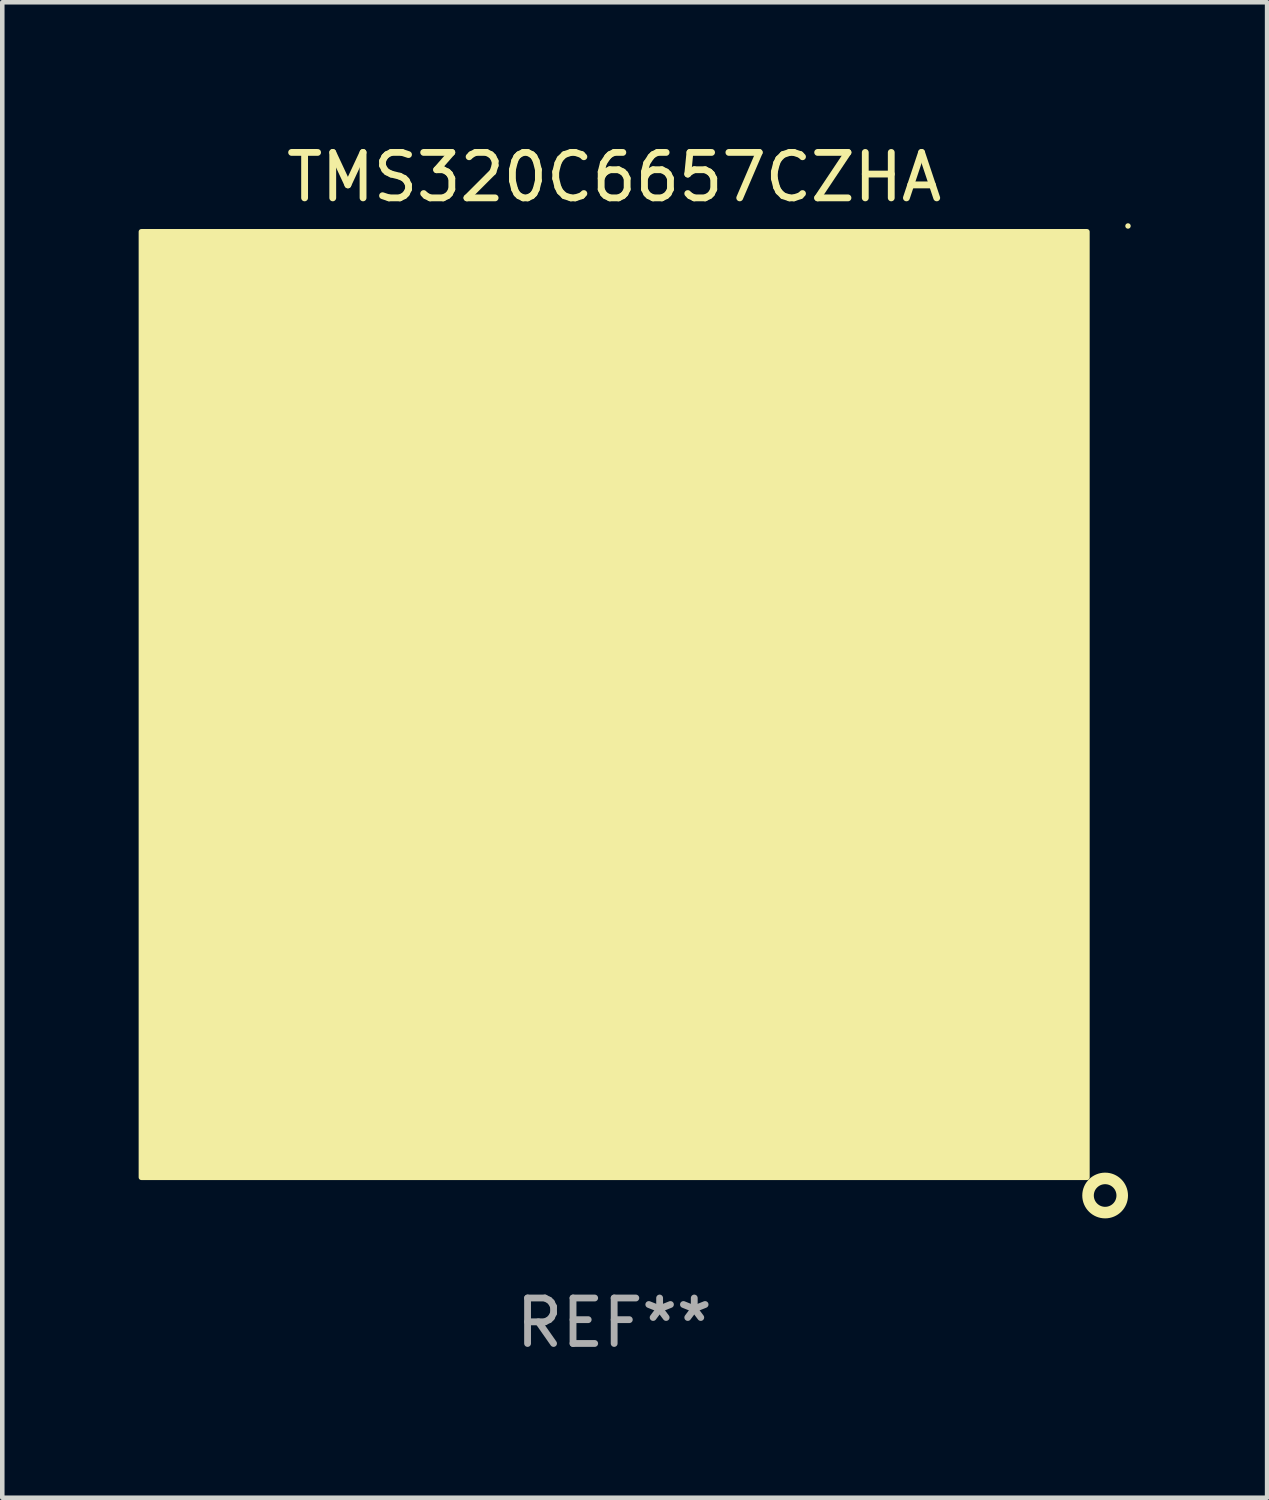
<source format=kicad_pcb>
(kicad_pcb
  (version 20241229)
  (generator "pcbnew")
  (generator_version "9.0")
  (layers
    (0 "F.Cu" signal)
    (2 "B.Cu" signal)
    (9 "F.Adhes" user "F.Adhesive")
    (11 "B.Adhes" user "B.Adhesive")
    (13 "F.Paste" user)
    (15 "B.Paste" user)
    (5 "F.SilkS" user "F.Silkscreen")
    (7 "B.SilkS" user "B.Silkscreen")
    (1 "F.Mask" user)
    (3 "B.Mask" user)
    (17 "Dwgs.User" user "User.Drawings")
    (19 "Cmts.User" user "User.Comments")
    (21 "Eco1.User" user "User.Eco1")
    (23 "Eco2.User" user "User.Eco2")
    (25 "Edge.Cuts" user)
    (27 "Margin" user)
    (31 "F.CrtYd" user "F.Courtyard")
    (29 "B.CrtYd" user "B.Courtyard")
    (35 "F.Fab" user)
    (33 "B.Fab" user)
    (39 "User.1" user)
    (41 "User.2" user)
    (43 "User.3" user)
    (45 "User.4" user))
  (footprint "TMS320C6657CZHA"
    (layer "F.Cu")
    (at 10.46 12.448)
    (property "Reference" "TMS320C6657CZHA" (at 0 -11.6 0) (layer "F.SilkS") (effects (font (size 1 1) (thickness 0.15))))
    (attr through_hole)
    (fp_circle (center 10.8 10.8) (end 11.176 10.8) (stroke (width 0.254) (type solid)) (fill no) (layer "F.SilkS"))
    (fp_circle (center 11.303 -10.527) (end 11.333 -10.527) (stroke (width 0.06) (type solid)) (fill no) (layer "F.SilkS"))
    (fp_poly (pts (xy -10.4 -10.4) (xy 10.4 -10.4) (xy 10.4 10.4) (xy -10.4 10.4)) (stroke (width 0.12) (type solid)) (fill yes) (layer "F.SilkS"))
    (fp_text user "REF**" (at 0 13.6 0) (layer "F.Fab") (effects (font (size 1 1) (thickness 0.15))))
    (pad "A1" smd circle (at 9.6 9.6) (size 0.5 0.5) (layers "F.Cu" "F.Mask" "F.Paste"))
    (pad "A2" smd circle (at 8.8 9.6) (size 0.5 0.5) (layers "F.Cu" "F.Mask" "F.Paste"))
    (pad "A3" smd circle (at 8 9.6) (size 0.5 0.5) (layers "F.Cu" "F.Mask" "F.Paste"))
    (pad "A4" smd circle (at 7.2 9.6) (size 0.5 0.5) (layers "F.Cu" "F.Mask" "F.Paste"))
    (pad "A5" smd circle (at 6.4 9.6) (size 0.5 0.5) (layers "F.Cu" "F.Mask" "F.Paste"))
    (pad "A6" smd circle (at 5.6 9.6) (size 0.5 0.5) (layers "F.Cu" "F.Mask" "F.Paste"))
    (pad "A7" smd circle (at 4.8 9.6) (size 0.5 0.5) (layers "F.Cu" "F.Mask" "F.Paste"))
    (pad "A8" smd circle (at 4 9.6) (size 0.5 0.5) (layers "F.Cu" "F.Mask" "F.Paste"))
    (pad "A9" smd circle (at 3.2 9.6) (size 0.5 0.5) (layers "F.Cu" "F.Mask" "F.Paste"))
    (pad "A10" smd circle (at 2.4 9.6) (size 0.5 0.5) (layers "F.Cu" "F.Mask" "F.Paste"))
    (pad "A11" smd circle (at 1.6 9.6) (size 0.5 0.5) (layers "F.Cu" "F.Mask" "F.Paste"))
    (pad "A12" smd circle (at 0.8 9.6) (size 0.5 0.5) (layers "F.Cu" "F.Mask" "F.Paste"))
    (pad "A13" smd circle (at 0 9.6) (size 0.5 0.5) (layers "F.Cu" "F.Mask" "F.Paste"))
    (pad "A14" smd circle (at -0.8 9.6) (size 0.5 0.5) (layers "F.Cu" "F.Mask" "F.Paste"))
    (pad "A15" smd circle (at -1.6 9.6) (size 0.5 0.5) (layers "F.Cu" "F.Mask" "F.Paste"))
    (pad "A16" smd circle (at -2.4 9.6) (size 0.5 0.5) (layers "F.Cu" "F.Mask" "F.Paste"))
    (pad "A17" smd circle (at -3.2 9.6) (size 0.5 0.5) (layers "F.Cu" "F.Mask" "F.Paste"))
    (pad "A18" smd circle (at -4 9.6) (size 0.5 0.5) (layers "F.Cu" "F.Mask" "F.Paste"))
    (pad "A19" smd circle (at -4.8 9.6) (size 0.5 0.5) (layers "F.Cu" "F.Mask" "F.Paste"))
    (pad "A20" smd circle (at -5.6 9.6) (size 0.5 0.5) (layers "F.Cu" "F.Mask" "F.Paste"))
    (pad "A21" smd circle (at -6.4 9.6) (size 0.5 0.5) (layers "F.Cu" "F.Mask" "F.Paste"))
    (pad "A22" smd circle (at -7.2 9.6) (size 0.5 0.5) (layers "F.Cu" "F.Mask" "F.Paste"))
    (pad "A23" smd circle (at -8 9.6) (size 0.5 0.5) (layers "F.Cu" "F.Mask" "F.Paste"))
    (pad "A24" smd circle (at -8.8 9.6) (size 0.5 0.5) (layers "F.Cu" "F.Mask" "F.Paste"))
    (pad "A25" smd circle (at -9.6 9.6) (size 0.5 0.5) (layers "F.Cu" "F.Mask" "F.Paste"))
    (pad "AA1" smd circle (at 9.6 -6.4) (size 0.5 0.5) (layers "F.Cu" "F.Mask" "F.Paste"))
    (pad "AA2" smd circle (at 8.8 -6.4) (size 0.5 0.5) (layers "F.Cu" "F.Mask" "F.Paste"))
    (pad "AA3" smd circle (at 8 -6.4) (size 0.5 0.5) (layers "F.Cu" "F.Mask" "F.Paste"))
    (pad "AA4" smd circle (at 7.2 -6.4) (size 0.5 0.5) (layers "F.Cu" "F.Mask" "F.Paste"))
    (pad "AA5" smd circle (at 6.4 -6.4) (size 0.5 0.5) (layers "F.Cu" "F.Mask" "F.Paste"))
    (pad "AA6" smd circle (at 5.6 -6.4) (size 0.5 0.5) (layers "F.Cu" "F.Mask" "F.Paste"))
    (pad "AA7" smd circle (at 4.8 -6.4) (size 0.5 0.5) (layers "F.Cu" "F.Mask" "F.Paste"))
    (pad "AA8" smd circle (at 4 -6.4) (size 0.5 0.5) (layers "F.Cu" "F.Mask" "F.Paste"))
    (pad "AA9" smd circle (at 3.2 -6.4) (size 0.5 0.5) (layers "F.Cu" "F.Mask" "F.Paste"))
    (pad "AA10" smd circle (at 2.4 -6.4) (size 0.5 0.5) (layers "F.Cu" "F.Mask" "F.Paste"))
    (pad "AA11" smd circle (at 1.6 -6.4) (size 0.5 0.5) (layers "F.Cu" "F.Mask" "F.Paste"))
    (pad "AA12" smd circle (at 0.8 -6.4) (size 0.5 0.5) (layers "F.Cu" "F.Mask" "F.Paste"))
    (pad "AA13" smd circle (at 0 -6.4) (size 0.5 0.5) (layers "F.Cu" "F.Mask" "F.Paste"))
    (pad "AA14" smd circle (at -0.8 -6.4) (size 0.5 0.5) (layers "F.Cu" "F.Mask" "F.Paste"))
    (pad "AA15" smd circle (at -1.6 -6.4) (size 0.5 0.5) (layers "F.Cu" "F.Mask" "F.Paste"))
    (pad "AA16" smd circle (at -2.4 -6.4) (size 0.5 0.5) (layers "F.Cu" "F.Mask" "F.Paste"))
    (pad "AA17" smd circle (at -3.2 -6.4) (size 0.5 0.5) (layers "F.Cu" "F.Mask" "F.Paste"))
    (pad "AA18" smd circle (at -4 -6.4) (size 0.5 0.5) (layers "F.Cu" "F.Mask" "F.Paste"))
    (pad "AA19" smd circle (at -4.8 -6.4) (size 0.5 0.5) (layers "F.Cu" "F.Mask" "F.Paste"))
    (pad "AA20" smd circle (at -5.6 -6.4) (size 0.5 0.5) (layers "F.Cu" "F.Mask" "F.Paste"))
    (pad "AA21" smd circle (at -6.4 -6.4) (size 0.5 0.5) (layers "F.Cu" "F.Mask" "F.Paste"))
    (pad "AA22" smd circle (at -7.2 -6.4) (size 0.5 0.5) (layers "F.Cu" "F.Mask" "F.Paste"))
    (pad "AA23" smd circle (at -8 -6.4) (size 0.5 0.5) (layers "F.Cu" "F.Mask" "F.Paste"))
    (pad "AA24" smd circle (at -8.8 -6.4) (size 0.5 0.5) (layers "F.Cu" "F.Mask" "F.Paste"))
    (pad "AA25" smd circle (at -9.6 -6.4) (size 0.5 0.5) (layers "F.Cu" "F.Mask" "F.Paste"))
    (pad "AB1" smd circle (at 9.6 -7.2) (size 0.5 0.5) (layers "F.Cu" "F.Mask" "F.Paste"))
    (pad "AB2" smd circle (at 8.8 -7.2) (size 0.5 0.5) (layers "F.Cu" "F.Mask" "F.Paste"))
    (pad "AB3" smd circle (at 8 -7.2) (size 0.5 0.5) (layers "F.Cu" "F.Mask" "F.Paste"))
    (pad "AB4" smd circle (at 7.2 -7.2) (size 0.5 0.5) (layers "F.Cu" "F.Mask" "F.Paste"))
    (pad "AB5" smd circle (at 6.4 -7.2) (size 0.5 0.5) (layers "F.Cu" "F.Mask" "F.Paste"))
    (pad "AB6" smd circle (at 5.6 -7.2) (size 0.5 0.5) (layers "F.Cu" "F.Mask" "F.Paste"))
    (pad "AB7" smd circle (at 4.8 -7.2) (size 0.5 0.5) (layers "F.Cu" "F.Mask" "F.Paste"))
    (pad "AB8" smd circle (at 4 -7.2) (size 0.5 0.5) (layers "F.Cu" "F.Mask" "F.Paste"))
    (pad "AB9" smd circle (at 3.2 -7.2) (size 0.5 0.5) (layers "F.Cu" "F.Mask" "F.Paste"))
    (pad "AB10" smd circle (at 2.4 -7.2) (size 0.5 0.5) (layers "F.Cu" "F.Mask" "F.Paste"))
    (pad "AB11" smd circle (at 1.6 -7.2) (size 0.5 0.5) (layers "F.Cu" "F.Mask" "F.Paste"))
    (pad "AB12" smd circle (at 0.8 -7.2) (size 0.5 0.5) (layers "F.Cu" "F.Mask" "F.Paste"))
    (pad "AB13" smd circle (at 0 -7.2) (size 0.5 0.5) (layers "F.Cu" "F.Mask" "F.Paste"))
    (pad "AB14" smd circle (at -0.8 -7.2) (size 0.5 0.5) (layers "F.Cu" "F.Mask" "F.Paste"))
    (pad "AB15" smd circle (at -1.6 -7.2) (size 0.5 0.5) (layers "F.Cu" "F.Mask" "F.Paste"))
    (pad "AB16" smd circle (at -2.4 -7.2) (size 0.5 0.5) (layers "F.Cu" "F.Mask" "F.Paste"))
    (pad "AB17" smd circle (at -3.2 -7.2) (size 0.5 0.5) (layers "F.Cu" "F.Mask" "F.Paste"))
    (pad "AB18" smd circle (at -4 -7.2) (size 0.5 0.5) (layers "F.Cu" "F.Mask" "F.Paste"))
    (pad "AB19" smd circle (at -4.8 -7.2) (size 0.5 0.5) (layers "F.Cu" "F.Mask" "F.Paste"))
    (pad "AB20" smd circle (at -5.6 -7.2) (size 0.5 0.5) (layers "F.Cu" "F.Mask" "F.Paste"))
    (pad "AB21" smd circle (at -6.4 -7.2) (size 0.5 0.5) (layers "F.Cu" "F.Mask" "F.Paste"))
    (pad "AB22" smd circle (at -7.2 -7.2) (size 0.5 0.5) (layers "F.Cu" "F.Mask" "F.Paste"))
    (pad "AB23" smd circle (at -8 -7.2) (size 0.5 0.5) (layers "F.Cu" "F.Mask" "F.Paste"))
    (pad "AB24" smd circle (at -8.8 -7.2) (size 0.5 0.5) (layers "F.Cu" "F.Mask" "F.Paste"))
    (pad "AB25" smd circle (at -9.6 -7.2) (size 0.5 0.5) (layers "F.Cu" "F.Mask" "F.Paste"))
    (pad "AC1" smd circle (at 9.6 -8) (size 0.5 0.5) (layers "F.Cu" "F.Mask" "F.Paste"))
    (pad "AC2" smd circle (at 8.8 -8) (size 0.5 0.5) (layers "F.Cu" "F.Mask" "F.Paste"))
    (pad "AC3" smd circle (at 8 -8) (size 0.5 0.5) (layers "F.Cu" "F.Mask" "F.Paste"))
    (pad "AC4" smd circle (at 7.2 -8) (size 0.5 0.5) (layers "F.Cu" "F.Mask" "F.Paste"))
    (pad "AC5" smd circle (at 6.4 -8) (size 0.5 0.5) (layers "F.Cu" "F.Mask" "F.Paste"))
    (pad "AC6" smd circle (at 5.6 -8) (size 0.5 0.5) (layers "F.Cu" "F.Mask" "F.Paste"))
    (pad "AC7" smd circle (at 4.8 -8) (size 0.5 0.5) (layers "F.Cu" "F.Mask" "F.Paste"))
    (pad "AC8" smd circle (at 4 -8) (size 0.5 0.5) (layers "F.Cu" "F.Mask" "F.Paste"))
    (pad "AC9" smd circle (at 3.2 -8) (size 0.5 0.5) (layers "F.Cu" "F.Mask" "F.Paste"))
    (pad "AC10" smd circle (at 2.4 -8) (size 0.5 0.5) (layers "F.Cu" "F.Mask" "F.Paste"))
    (pad "AC11" smd circle (at 1.6 -8) (size 0.5 0.5) (layers "F.Cu" "F.Mask" "F.Paste"))
    (pad "AC12" smd circle (at 0.8 -8) (size 0.5 0.5) (layers "F.Cu" "F.Mask" "F.Paste"))
    (pad "AC13" smd circle (at 0 -8) (size 0.5 0.5) (layers "F.Cu" "F.Mask" "F.Paste"))
    (pad "AC14" smd circle (at -0.8 -8) (size 0.5 0.5) (layers "F.Cu" "F.Mask" "F.Paste"))
    (pad "AC15" smd circle (at -1.6 -8) (size 0.5 0.5) (layers "F.Cu" "F.Mask" "F.Paste"))
    (pad "AC16" smd circle (at -2.4 -8) (size 0.5 0.5) (layers "F.Cu" "F.Mask" "F.Paste"))
    (pad "AC17" smd circle (at -3.2 -8) (size 0.5 0.5) (layers "F.Cu" "F.Mask" "F.Paste"))
    (pad "AC18" smd circle (at -4 -8) (size 0.5 0.5) (layers "F.Cu" "F.Mask" "F.Paste"))
    (pad "AC19" smd circle (at -4.8 -8) (size 0.5 0.5) (layers "F.Cu" "F.Mask" "F.Paste"))
    (pad "AC20" smd circle (at -5.6 -8) (size 0.5 0.5) (layers "F.Cu" "F.Mask" "F.Paste"))
    (pad "AC21" smd circle (at -6.4 -8) (size 0.5 0.5) (layers "F.Cu" "F.Mask" "F.Paste"))
    (pad "AC22" smd circle (at -7.2 -8) (size 0.5 0.5) (layers "F.Cu" "F.Mask" "F.Paste"))
    (pad "AC23" smd circle (at -8 -8) (size 0.5 0.5) (layers "F.Cu" "F.Mask" "F.Paste"))
    (pad "AC24" smd circle (at -8.8 -8) (size 0.5 0.5) (layers "F.Cu" "F.Mask" "F.Paste"))
    (pad "AC25" smd circle (at -9.6 -8) (size 0.5 0.5) (layers "F.Cu" "F.Mask" "F.Paste"))
    (pad "AD1" smd circle (at 9.6 -8.8) (size 0.5 0.5) (layers "F.Cu" "F.Mask" "F.Paste"))
    (pad "AD2" smd circle (at 8.8 -8.8) (size 0.5 0.5) (layers "F.Cu" "F.Mask" "F.Paste"))
    (pad "AD3" smd circle (at 8 -8.8) (size 0.5 0.5) (layers "F.Cu" "F.Mask" "F.Paste"))
    (pad "AD4" smd circle (at 7.2 -8.8) (size 0.5 0.5) (layers "F.Cu" "F.Mask" "F.Paste"))
    (pad "AD5" smd circle (at 6.4 -8.8) (size 0.5 0.5) (layers "F.Cu" "F.Mask" "F.Paste"))
    (pad "AD6" smd circle (at 5.6 -8.8) (size 0.5 0.5) (layers "F.Cu" "F.Mask" "F.Paste"))
    (pad "AD7" smd circle (at 4.8 -8.8) (size 0.5 0.5) (layers "F.Cu" "F.Mask" "F.Paste"))
    (pad "AD8" smd circle (at 4 -8.8) (size 0.5 0.5) (layers "F.Cu" "F.Mask" "F.Paste"))
    (pad "AD9" smd circle (at 3.2 -8.8) (size 0.5 0.5) (layers "F.Cu" "F.Mask" "F.Paste"))
    (pad "AD10" smd circle (at 2.4 -8.8) (size 0.5 0.5) (layers "F.Cu" "F.Mask" "F.Paste"))
    (pad "AD11" smd circle (at 1.6 -8.8) (size 0.5 0.5) (layers "F.Cu" "F.Mask" "F.Paste"))
    (pad "AD12" smd circle (at 0.8 -8.8) (size 0.5 0.5) (layers "F.Cu" "F.Mask" "F.Paste"))
    (pad "AD13" smd circle (at 0 -8.8) (size 0.5 0.5) (layers "F.Cu" "F.Mask" "F.Paste"))
    (pad "AD14" smd circle (at -0.8 -8.8) (size 0.5 0.5) (layers "F.Cu" "F.Mask" "F.Paste"))
    (pad "AD15" smd circle (at -1.6 -8.8) (size 0.5 0.5) (layers "F.Cu" "F.Mask" "F.Paste"))
    (pad "AD16" smd circle (at -2.4 -8.8) (size 0.5 0.5) (layers "F.Cu" "F.Mask" "F.Paste"))
    (pad "AD17" smd circle (at -3.2 -8.8) (size 0.5 0.5) (layers "F.Cu" "F.Mask" "F.Paste"))
    (pad "AD18" smd circle (at -4 -8.8) (size 0.5 0.5) (layers "F.Cu" "F.Mask" "F.Paste"))
    (pad "AD19" smd circle (at -4.8 -8.8) (size 0.5 0.5) (layers "F.Cu" "F.Mask" "F.Paste"))
    (pad "AD20" smd circle (at -5.6 -8.8) (size 0.5 0.5) (layers "F.Cu" "F.Mask" "F.Paste"))
    (pad "AD21" smd circle (at -6.4 -8.8) (size 0.5 0.5) (layers "F.Cu" "F.Mask" "F.Paste"))
    (pad "AD22" smd circle (at -7.2 -8.8) (size 0.5 0.5) (layers "F.Cu" "F.Mask" "F.Paste"))
    (pad "AD23" smd circle (at -8 -8.8) (size 0.5 0.5) (layers "F.Cu" "F.Mask" "F.Paste"))
    (pad "AD24" smd circle (at -8.8 -8.8) (size 0.5 0.5) (layers "F.Cu" "F.Mask" "F.Paste"))
    (pad "AD25" smd circle (at -9.6 -8.8) (size 0.5 0.5) (layers "F.Cu" "F.Mask" "F.Paste"))
    (pad "AE1" smd circle (at 9.6 -9.6) (size 0.5 0.5) (layers "F.Cu" "F.Mask" "F.Paste"))
    (pad "AE2" smd circle (at 8.8 -9.6) (size 0.5 0.5) (layers "F.Cu" "F.Mask" "F.Paste"))
    (pad "AE3" smd circle (at 8 -9.6) (size 0.5 0.5) (layers "F.Cu" "F.Mask" "F.Paste"))
    (pad "AE4" smd circle (at 7.2 -9.6) (size 0.5 0.5) (layers "F.Cu" "F.Mask" "F.Paste"))
    (pad "AE5" smd circle (at 6.4 -9.6) (size 0.5 0.5) (layers "F.Cu" "F.Mask" "F.Paste"))
    (pad "AE6" smd circle (at 5.6 -9.6) (size 0.5 0.5) (layers "F.Cu" "F.Mask" "F.Paste"))
    (pad "AE7" smd circle (at 4.8 -9.6) (size 0.5 0.5) (layers "F.Cu" "F.Mask" "F.Paste"))
    (pad "AE8" smd circle (at 4 -9.6) (size 0.5 0.5) (layers "F.Cu" "F.Mask" "F.Paste"))
    (pad "AE9" smd circle (at 3.2 -9.6) (size 0.5 0.5) (layers "F.Cu" "F.Mask" "F.Paste"))
    (pad "AE10" smd circle (at 2.4 -9.6) (size 0.5 0.5) (layers "F.Cu" "F.Mask" "F.Paste"))
    (pad "AE11" smd circle (at 1.6 -9.6) (size 0.5 0.5) (layers "F.Cu" "F.Mask" "F.Paste"))
    (pad "AE12" smd circle (at 0.8 -9.6) (size 0.5 0.5) (layers "F.Cu" "F.Mask" "F.Paste"))
    (pad "AE13" smd circle (at 0 -9.6) (size 0.5 0.5) (layers "F.Cu" "F.Mask" "F.Paste"))
    (pad "AE14" smd circle (at -0.8 -9.6) (size 0.5 0.5) (layers "F.Cu" "F.Mask" "F.Paste"))
    (pad "AE15" smd circle (at -1.6 -9.6) (size 0.5 0.5) (layers "F.Cu" "F.Mask" "F.Paste"))
    (pad "AE16" smd circle (at -2.4 -9.6) (size 0.5 0.5) (layers "F.Cu" "F.Mask" "F.Paste"))
    (pad "AE17" smd circle (at -3.2 -9.6) (size 0.5 0.5) (layers "F.Cu" "F.Mask" "F.Paste"))
    (pad "AE18" smd circle (at -4 -9.6) (size 0.5 0.5) (layers "F.Cu" "F.Mask" "F.Paste"))
    (pad "AE19" smd circle (at -4.8 -9.6) (size 0.5 0.5) (layers "F.Cu" "F.Mask" "F.Paste"))
    (pad "AE20" smd circle (at -5.6 -9.6) (size 0.5 0.5) (layers "F.Cu" "F.Mask" "F.Paste"))
    (pad "AE21" smd circle (at -6.4 -9.6) (size 0.5 0.5) (layers "F.Cu" "F.Mask" "F.Paste"))
    (pad "AE22" smd circle (at -7.2 -9.6) (size 0.5 0.5) (layers "F.Cu" "F.Mask" "F.Paste"))
    (pad "AE23" smd circle (at -8 -9.6) (size 0.5 0.5) (layers "F.Cu" "F.Mask" "F.Paste"))
    (pad "AE24" smd circle (at -8.8 -9.6) (size 0.5 0.5) (layers "F.Cu" "F.Mask" "F.Paste"))
    (pad "AE25" smd circle (at -9.6 -9.6) (size 0.5 0.5) (layers "F.Cu" "F.Mask" "F.Paste"))
    (pad "B1" smd circle (at 9.6 8.8) (size 0.5 0.5) (layers "F.Cu" "F.Mask" "F.Paste"))
    (pad "B2" smd circle (at 8.8 8.8) (size 0.5 0.5) (layers "F.Cu" "F.Mask" "F.Paste"))
    (pad "B3" smd circle (at 8 8.8) (size 0.5 0.5) (layers "F.Cu" "F.Mask" "F.Paste"))
    (pad "B4" smd circle (at 7.2 8.8) (size 0.5 0.5) (layers "F.Cu" "F.Mask" "F.Paste"))
    (pad "B5" smd circle (at 6.4 8.8) (size 0.5 0.5) (layers "F.Cu" "F.Mask" "F.Paste"))
    (pad "B6" smd circle (at 5.6 8.8) (size 0.5 0.5) (layers "F.Cu" "F.Mask" "F.Paste"))
    (pad "B7" smd circle (at 4.8 8.8) (size 0.5 0.5) (layers "F.Cu" "F.Mask" "F.Paste"))
    (pad "B8" smd circle (at 4 8.8) (size 0.5 0.5) (layers "F.Cu" "F.Mask" "F.Paste"))
    (pad "B9" smd circle (at 3.2 8.8) (size 0.5 0.5) (layers "F.Cu" "F.Mask" "F.Paste"))
    (pad "B10" smd circle (at 2.4 8.8) (size 0.5 0.5) (layers "F.Cu" "F.Mask" "F.Paste"))
    (pad "B11" smd circle (at 1.6 8.8) (size 0.5 0.5) (layers "F.Cu" "F.Mask" "F.Paste"))
    (pad "B12" smd circle (at 0.8 8.8) (size 0.5 0.5) (layers "F.Cu" "F.Mask" "F.Paste"))
    (pad "B13" smd circle (at 0 8.8) (size 0.5 0.5) (layers "F.Cu" "F.Mask" "F.Paste"))
    (pad "B14" smd circle (at -0.8 8.8) (size 0.5 0.5) (layers "F.Cu" "F.Mask" "F.Paste"))
    (pad "B15" smd circle (at -1.6 8.8) (size 0.5 0.5) (layers "F.Cu" "F.Mask" "F.Paste"))
    (pad "B16" smd circle (at -2.4 8.8) (size 0.5 0.5) (layers "F.Cu" "F.Mask" "F.Paste"))
    (pad "B17" smd circle (at -3.2 8.8) (size 0.5 0.5) (layers "F.Cu" "F.Mask" "F.Paste"))
    (pad "B18" smd circle (at -4 8.8) (size 0.5 0.5) (layers "F.Cu" "F.Mask" "F.Paste"))
    (pad "B19" smd circle (at -4.8 8.8) (size 0.5 0.5) (layers "F.Cu" "F.Mask" "F.Paste"))
    (pad "B20" smd circle (at -5.6 8.8) (size 0.5 0.5) (layers "F.Cu" "F.Mask" "F.Paste"))
    (pad "B21" smd circle (at -6.4 8.8) (size 0.5 0.5) (layers "F.Cu" "F.Mask" "F.Paste"))
    (pad "B22" smd circle (at -7.2 8.8) (size 0.5 0.5) (layers "F.Cu" "F.Mask" "F.Paste"))
    (pad "B23" smd circle (at -8 8.8) (size 0.5 0.5) (layers "F.Cu" "F.Mask" "F.Paste"))
    (pad "B24" smd circle (at -8.8 8.8) (size 0.5 0.5) (layers "F.Cu" "F.Mask" "F.Paste"))
    (pad "B25" smd circle (at -9.6 8.8) (size 0.5 0.5) (layers "F.Cu" "F.Mask" "F.Paste"))
    (pad "C1" smd circle (at 9.6 8) (size 0.5 0.5) (layers "F.Cu" "F.Mask" "F.Paste"))
    (pad "C2" smd circle (at 8.8 8) (size 0.5 0.5) (layers "F.Cu" "F.Mask" "F.Paste"))
    (pad "C3" smd circle (at 8 8) (size 0.5 0.5) (layers "F.Cu" "F.Mask" "F.Paste"))
    (pad "C4" smd circle (at 7.2 8) (size 0.5 0.5) (layers "F.Cu" "F.Mask" "F.Paste"))
    (pad "C5" smd circle (at 6.4 8) (size 0.5 0.5) (layers "F.Cu" "F.Mask" "F.Paste"))
    (pad "C6" smd circle (at 5.6 8) (size 0.5 0.5) (layers "F.Cu" "F.Mask" "F.Paste"))
    (pad "C7" smd circle (at 4.8 8) (size 0.5 0.5) (layers "F.Cu" "F.Mask" "F.Paste"))
    (pad "C8" smd circle (at 4 8) (size 0.5 0.5) (layers "F.Cu" "F.Mask" "F.Paste"))
    (pad "C9" smd circle (at 3.2 8) (size 0.5 0.5) (layers "F.Cu" "F.Mask" "F.Paste"))
    (pad "C10" smd circle (at 2.4 8) (size 0.5 0.5) (layers "F.Cu" "F.Mask" "F.Paste"))
    (pad "C11" smd circle (at 1.6 8) (size 0.5 0.5) (layers "F.Cu" "F.Mask" "F.Paste"))
    (pad "C12" smd circle (at 0.8 8) (size 0.5 0.5) (layers "F.Cu" "F.Mask" "F.Paste"))
    (pad "C13" smd circle (at 0 8) (size 0.5 0.5) (layers "F.Cu" "F.Mask" "F.Paste"))
    (pad "C14" smd circle (at -0.8 8) (size 0.5 0.5) (layers "F.Cu" "F.Mask" "F.Paste"))
    (pad "C15" smd circle (at -1.6 8) (size 0.5 0.5) (layers "F.Cu" "F.Mask" "F.Paste"))
    (pad "C16" smd circle (at -2.4 8) (size 0.5 0.5) (layers "F.Cu" "F.Mask" "F.Paste"))
    (pad "C17" smd circle (at -3.2 8) (size 0.5 0.5) (layers "F.Cu" "F.Mask" "F.Paste"))
    (pad "C18" smd circle (at -4 8) (size 0.5 0.5) (layers "F.Cu" "F.Mask" "F.Paste"))
    (pad "C19" smd circle (at -4.8 8) (size 0.5 0.5) (layers "F.Cu" "F.Mask" "F.Paste"))
    (pad "C20" smd circle (at -5.6 8) (size 0.5 0.5) (layers "F.Cu" "F.Mask" "F.Paste"))
    (pad "C21" smd circle (at -6.4 8) (size 0.5 0.5) (layers "F.Cu" "F.Mask" "F.Paste"))
    (pad "C22" smd circle (at -7.2 8) (size 0.5 0.5) (layers "F.Cu" "F.Mask" "F.Paste"))
    (pad "C23" smd circle (at -8 8) (size 0.5 0.5) (layers "F.Cu" "F.Mask" "F.Paste"))
    (pad "C24" smd circle (at -8.8 8) (size 0.5 0.5) (layers "F.Cu" "F.Mask" "F.Paste"))
    (pad "C25" smd circle (at -9.6 8) (size 0.5 0.5) (layers "F.Cu" "F.Mask" "F.Paste"))
    (pad "D1" smd circle (at 9.6 7.2) (size 0.5 0.5) (layers "F.Cu" "F.Mask" "F.Paste"))
    (pad "D2" smd circle (at 8.8 7.2) (size 0.5 0.5) (layers "F.Cu" "F.Mask" "F.Paste"))
    (pad "D3" smd circle (at 8 7.2) (size 0.5 0.5) (layers "F.Cu" "F.Mask" "F.Paste"))
    (pad "D4" smd circle (at 7.2 7.2) (size 0.5 0.5) (layers "F.Cu" "F.Mask" "F.Paste"))
    (pad "D5" smd circle (at 6.4 7.2) (size 0.5 0.5) (layers "F.Cu" "F.Mask" "F.Paste"))
    (pad "D6" smd circle (at 5.6 7.2) (size 0.5 0.5) (layers "F.Cu" "F.Mask" "F.Paste"))
    (pad "D7" smd circle (at 4.8 7.2) (size 0.5 0.5) (layers "F.Cu" "F.Mask" "F.Paste"))
    (pad "D8" smd circle (at 4 7.2) (size 0.5 0.5) (layers "F.Cu" "F.Mask" "F.Paste"))
    (pad "D9" smd circle (at 3.2 7.2) (size 0.5 0.5) (layers "F.Cu" "F.Mask" "F.Paste"))
    (pad "D10" smd circle (at 2.4 7.2) (size 0.5 0.5) (layers "F.Cu" "F.Mask" "F.Paste"))
    (pad "D11" smd circle (at 1.6 7.2) (size 0.5 0.5) (layers "F.Cu" "F.Mask" "F.Paste"))
    (pad "D12" smd circle (at 0.8 7.2) (size 0.5 0.5) (layers "F.Cu" "F.Mask" "F.Paste"))
    (pad "D13" smd circle (at 0 7.2) (size 0.5 0.5) (layers "F.Cu" "F.Mask" "F.Paste"))
    (pad "D14" smd circle (at -0.8 7.2) (size 0.5 0.5) (layers "F.Cu" "F.Mask" "F.Paste"))
    (pad "D15" smd circle (at -1.6 7.2) (size 0.5 0.5) (layers "F.Cu" "F.Mask" "F.Paste"))
    (pad "D16" smd circle (at -2.4 7.2) (size 0.5 0.5) (layers "F.Cu" "F.Mask" "F.Paste"))
    (pad "D17" smd circle (at -3.2 7.2) (size 0.5 0.5) (layers "F.Cu" "F.Mask" "F.Paste"))
    (pad "D18" smd circle (at -4 7.2) (size 0.5 0.5) (layers "F.Cu" "F.Mask" "F.Paste"))
    (pad "D19" smd circle (at -4.8 7.2) (size 0.5 0.5) (layers "F.Cu" "F.Mask" "F.Paste"))
    (pad "D20" smd circle (at -5.6 7.2) (size 0.5 0.5) (layers "F.Cu" "F.Mask" "F.Paste"))
    (pad "D21" smd circle (at -6.4 7.2) (size 0.5 0.5) (layers "F.Cu" "F.Mask" "F.Paste"))
    (pad "D22" smd circle (at -7.2 7.2) (size 0.5 0.5) (layers "F.Cu" "F.Mask" "F.Paste"))
    (pad "D23" smd circle (at -8 7.2) (size 0.5 0.5) (layers "F.Cu" "F.Mask" "F.Paste"))
    (pad "D24" smd circle (at -8.8 7.2) (size 0.5 0.5) (layers "F.Cu" "F.Mask" "F.Paste"))
    (pad "D25" smd circle (at -9.6 7.2) (size 0.5 0.5) (layers "F.Cu" "F.Mask" "F.Paste"))
    (pad "E1" smd circle (at 9.6 6.4) (size 0.5 0.5) (layers "F.Cu" "F.Mask" "F.Paste"))
    (pad "E2" smd circle (at 8.8 6.4) (size 0.5 0.5) (layers "F.Cu" "F.Mask" "F.Paste"))
    (pad "E3" smd circle (at 8 6.4) (size 0.5 0.5) (layers "F.Cu" "F.Mask" "F.Paste"))
    (pad "E4" smd circle (at 7.2 6.4) (size 0.5 0.5) (layers "F.Cu" "F.Mask" "F.Paste"))
    (pad "E5" smd circle (at 6.4 6.4) (size 0.5 0.5) (layers "F.Cu" "F.Mask" "F.Paste"))
    (pad "E6" smd circle (at 5.6 6.4) (size 0.5 0.5) (layers "F.Cu" "F.Mask" "F.Paste"))
    (pad "E7" smd circle (at 4.8 6.4) (size 0.5 0.5) (layers "F.Cu" "F.Mask" "F.Paste"))
    (pad "E8" smd circle (at 4 6.4) (size 0.5 0.5) (layers "F.Cu" "F.Mask" "F.Paste"))
    (pad "E9" smd circle (at 3.2 6.4) (size 0.5 0.5) (layers "F.Cu" "F.Mask" "F.Paste"))
    (pad "E10" smd circle (at 2.4 6.4) (size 0.5 0.5) (layers "F.Cu" "F.Mask" "F.Paste"))
    (pad "E11" smd circle (at 1.6 6.4) (size 0.5 0.5) (layers "F.Cu" "F.Mask" "F.Paste"))
    (pad "E12" smd circle (at 0.8 6.4) (size 0.5 0.5) (layers "F.Cu" "F.Mask" "F.Paste"))
    (pad "E13" smd circle (at 0 6.4) (size 0.5 0.5) (layers "F.Cu" "F.Mask" "F.Paste"))
    (pad "E14" smd circle (at -0.8 6.4) (size 0.5 0.5) (layers "F.Cu" "F.Mask" "F.Paste"))
    (pad "E15" smd circle (at -1.6 6.4) (size 0.5 0.5) (layers "F.Cu" "F.Mask" "F.Paste"))
    (pad "E16" smd circle (at -2.4 6.4) (size 0.5 0.5) (layers "F.Cu" "F.Mask" "F.Paste"))
    (pad "E17" smd circle (at -3.2 6.4) (size 0.5 0.5) (layers "F.Cu" "F.Mask" "F.Paste"))
    (pad "E18" smd circle (at -4 6.4) (size 0.5 0.5) (layers "F.Cu" "F.Mask" "F.Paste"))
    (pad "E19" smd circle (at -4.8 6.4) (size 0.5 0.5) (layers "F.Cu" "F.Mask" "F.Paste"))
    (pad "E20" smd circle (at -5.6 6.4) (size 0.5 0.5) (layers "F.Cu" "F.Mask" "F.Paste"))
    (pad "E21" smd circle (at -6.4 6.4) (size 0.5 0.5) (layers "F.Cu" "F.Mask" "F.Paste"))
    (pad "E22" smd circle (at -7.2 6.4) (size 0.5 0.5) (layers "F.Cu" "F.Mask" "F.Paste"))
    (pad "E23" smd circle (at -8 6.4) (size 0.5 0.5) (layers "F.Cu" "F.Mask" "F.Paste"))
    (pad "E24" smd circle (at -8.8 6.4) (size 0.5 0.5) (layers "F.Cu" "F.Mask" "F.Paste"))
    (pad "E25" smd circle (at -9.6 6.4) (size 0.5 0.5) (layers "F.Cu" "F.Mask" "F.Paste"))
    (pad "F1" smd circle (at 9.6 5.6) (size 0.5 0.5) (layers "F.Cu" "F.Mask" "F.Paste"))
    (pad "F2" smd circle (at 8.8 5.6) (size 0.5 0.5) (layers "F.Cu" "F.Mask" "F.Paste"))
    (pad "F3" smd circle (at 8 5.6) (size 0.5 0.5) (layers "F.Cu" "F.Mask" "F.Paste"))
    (pad "F4" smd circle (at 7.2 5.6) (size 0.5 0.5) (layers "F.Cu" "F.Mask" "F.Paste"))
    (pad "F5" smd circle (at 6.4 5.6) (size 0.5 0.5) (layers "F.Cu" "F.Mask" "F.Paste"))
    (pad "F6" smd circle (at 5.6 5.6) (size 0.5 0.5) (layers "F.Cu" "F.Mask" "F.Paste"))
    (pad "F7" smd circle (at 4.8 5.6) (size 0.5 0.5) (layers "F.Cu" "F.Mask" "F.Paste"))
    (pad "F8" smd circle (at 4 5.6) (size 0.5 0.5) (layers "F.Cu" "F.Mask" "F.Paste"))
    (pad "F9" smd circle (at 3.2 5.6) (size 0.5 0.5) (layers "F.Cu" "F.Mask" "F.Paste"))
    (pad "F10" smd circle (at 2.4 5.6) (size 0.5 0.5) (layers "F.Cu" "F.Mask" "F.Paste"))
    (pad "F11" smd circle (at 1.6 5.6) (size 0.5 0.5) (layers "F.Cu" "F.Mask" "F.Paste"))
    (pad "F12" smd circle (at 0.8 5.6) (size 0.5 0.5) (layers "F.Cu" "F.Mask" "F.Paste"))
    (pad "F13" smd circle (at 0 5.6) (size 0.5 0.5) (layers "F.Cu" "F.Mask" "F.Paste"))
    (pad "F14" smd circle (at -0.8 5.6) (size 0.5 0.5) (layers "F.Cu" "F.Mask" "F.Paste"))
    (pad "F15" smd circle (at -1.6 5.6) (size 0.5 0.5) (layers "F.Cu" "F.Mask" "F.Paste"))
    (pad "F16" smd circle (at -2.4 5.6) (size 0.5 0.5) (layers "F.Cu" "F.Mask" "F.Paste"))
    (pad "F17" smd circle (at -3.2 5.6) (size 0.5 0.5) (layers "F.Cu" "F.Mask" "F.Paste"))
    (pad "F18" smd circle (at -4 5.6) (size 0.5 0.5) (layers "F.Cu" "F.Mask" "F.Paste"))
    (pad "F19" smd circle (at -4.8 5.6) (size 0.5 0.5) (layers "F.Cu" "F.Mask" "F.Paste"))
    (pad "F20" smd circle (at -5.6 5.6) (size 0.5 0.5) (layers "F.Cu" "F.Mask" "F.Paste"))
    (pad "F21" smd circle (at -6.4 5.6) (size 0.5 0.5) (layers "F.Cu" "F.Mask" "F.Paste"))
    (pad "F22" smd circle (at -7.2 5.6) (size 0.5 0.5) (layers "F.Cu" "F.Mask" "F.Paste"))
    (pad "F23" smd circle (at -8 5.6) (size 0.5 0.5) (layers "F.Cu" "F.Mask" "F.Paste"))
    (pad "F24" smd circle (at -8.8 5.6) (size 0.5 0.5) (layers "F.Cu" "F.Mask" "F.Paste"))
    (pad "F25" smd circle (at -9.6 5.6) (size 0.5 0.5) (layers "F.Cu" "F.Mask" "F.Paste"))
    (pad "G1" smd circle (at 9.6 4.8) (size 0.5 0.5) (layers "F.Cu" "F.Mask" "F.Paste"))
    (pad "G2" smd circle (at 8.8 4.8) (size 0.5 0.5) (layers "F.Cu" "F.Mask" "F.Paste"))
    (pad "G3" smd circle (at 8 4.8) (size 0.5 0.5) (layers "F.Cu" "F.Mask" "F.Paste"))
    (pad "G4" smd circle (at 7.2 4.8) (size 0.5 0.5) (layers "F.Cu" "F.Mask" "F.Paste"))
    (pad "G5" smd circle (at 6.4 4.8) (size 0.5 0.5) (layers "F.Cu" "F.Mask" "F.Paste"))
    (pad "G6" smd circle (at 5.6 4.8) (size 0.5 0.5) (layers "F.Cu" "F.Mask" "F.Paste"))
    (pad "G7" smd circle (at 4.8 4.8) (size 0.5 0.5) (layers "F.Cu" "F.Mask" "F.Paste"))
    (pad "G8" smd circle (at 4 4.8) (size 0.5 0.5) (layers "F.Cu" "F.Mask" "F.Paste"))
    (pad "G9" smd circle (at 3.2 4.8) (size 0.5 0.5) (layers "F.Cu" "F.Mask" "F.Paste"))
    (pad "G10" smd circle (at 2.4 4.8) (size 0.5 0.5) (layers "F.Cu" "F.Mask" "F.Paste"))
    (pad "G11" smd circle (at 1.6 4.8) (size 0.5 0.5) (layers "F.Cu" "F.Mask" "F.Paste"))
    (pad "G12" smd circle (at 0.8 4.8) (size 0.5 0.5) (layers "F.Cu" "F.Mask" "F.Paste"))
    (pad "G13" smd circle (at 0 4.8) (size 0.5 0.5) (layers "F.Cu" "F.Mask" "F.Paste"))
    (pad "G14" smd circle (at -0.8 4.8) (size 0.5 0.5) (layers "F.Cu" "F.Mask" "F.Paste"))
    (pad "G15" smd circle (at -1.6 4.8) (size 0.5 0.5) (layers "F.Cu" "F.Mask" "F.Paste"))
    (pad "G16" smd circle (at -2.4 4.8) (size 0.5 0.5) (layers "F.Cu" "F.Mask" "F.Paste"))
    (pad "G17" smd circle (at -3.2 4.8) (size 0.5 0.5) (layers "F.Cu" "F.Mask" "F.Paste"))
    (pad "G18" smd circle (at -4 4.8) (size 0.5 0.5) (layers "F.Cu" "F.Mask" "F.Paste"))
    (pad "G19" smd circle (at -4.8 4.8) (size 0.5 0.5) (layers "F.Cu" "F.Mask" "F.Paste"))
    (pad "G20" smd circle (at -5.6 4.8) (size 0.5 0.5) (layers "F.Cu" "F.Mask" "F.Paste"))
    (pad "G21" smd circle (at -6.4 4.8) (size 0.5 0.5) (layers "F.Cu" "F.Mask" "F.Paste"))
    (pad "G22" smd circle (at -7.2 4.8) (size 0.5 0.5) (layers "F.Cu" "F.Mask" "F.Paste"))
    (pad "G23" smd circle (at -8 4.8) (size 0.5 0.5) (layers "F.Cu" "F.Mask" "F.Paste"))
    (pad "G24" smd circle (at -8.8 4.8) (size 0.5 0.5) (layers "F.Cu" "F.Mask" "F.Paste"))
    (pad "G25" smd circle (at -9.6 4.8) (size 0.5 0.5) (layers "F.Cu" "F.Mask" "F.Paste"))
    (pad "H1" smd circle (at 9.6 4) (size 0.5 0.5) (layers "F.Cu" "F.Mask" "F.Paste"))
    (pad "H2" smd circle (at 8.8 4) (size 0.5 0.5) (layers "F.Cu" "F.Mask" "F.Paste"))
    (pad "H3" smd circle (at 8 4) (size 0.5 0.5) (layers "F.Cu" "F.Mask" "F.Paste"))
    (pad "H4" smd circle (at 7.2 4) (size 0.5 0.5) (layers "F.Cu" "F.Mask" "F.Paste"))
    (pad "H5" smd circle (at 6.4 4) (size 0.5 0.5) (layers "F.Cu" "F.Mask" "F.Paste"))
    (pad "H6" smd circle (at 5.6 4) (size 0.5 0.5) (layers "F.Cu" "F.Mask" "F.Paste"))
    (pad "H7" smd circle (at 4.8 4) (size 0.5 0.5) (layers "F.Cu" "F.Mask" "F.Paste"))
    (pad "H8" smd circle (at 4 4) (size 0.5 0.5) (layers "F.Cu" "F.Mask" "F.Paste"))
    (pad "H9" smd circle (at 3.2 4) (size 0.5 0.5) (layers "F.Cu" "F.Mask" "F.Paste"))
    (pad "H10" smd circle (at 2.4 4) (size 0.5 0.5) (layers "F.Cu" "F.Mask" "F.Paste"))
    (pad "H11" smd circle (at 1.6 4) (size 0.5 0.5) (layers "F.Cu" "F.Mask" "F.Paste"))
    (pad "H12" smd circle (at 0.8 4) (size 0.5 0.5) (layers "F.Cu" "F.Mask" "F.Paste"))
    (pad "H13" smd circle (at 0 4) (size 0.5 0.5) (layers "F.Cu" "F.Mask" "F.Paste"))
    (pad "H14" smd circle (at -0.8 4) (size 0.5 0.5) (layers "F.Cu" "F.Mask" "F.Paste"))
    (pad "H15" smd circle (at -1.6 4) (size 0.5 0.5) (layers "F.Cu" "F.Mask" "F.Paste"))
    (pad "H16" smd circle (at -2.4 4) (size 0.5 0.5) (layers "F.Cu" "F.Mask" "F.Paste"))
    (pad "H17" smd circle (at -3.2 4) (size 0.5 0.5) (layers "F.Cu" "F.Mask" "F.Paste"))
    (pad "H18" smd circle (at -4 4) (size 0.5 0.5) (layers "F.Cu" "F.Mask" "F.Paste"))
    (pad "H19" smd circle (at -4.8 4) (size 0.5 0.5) (layers "F.Cu" "F.Mask" "F.Paste"))
    (pad "H20" smd circle (at -5.6 4) (size 0.5 0.5) (layers "F.Cu" "F.Mask" "F.Paste"))
    (pad "H21" smd circle (at -6.4 4) (size 0.5 0.5) (layers "F.Cu" "F.Mask" "F.Paste"))
    (pad "H22" smd circle (at -7.2 4) (size 0.5 0.5) (layers "F.Cu" "F.Mask" "F.Paste"))
    (pad "H23" smd circle (at -8 4) (size 0.5 0.5) (layers "F.Cu" "F.Mask" "F.Paste"))
    (pad "H24" smd circle (at -8.8 4) (size 0.5 0.5) (layers "F.Cu" "F.Mask" "F.Paste"))
    (pad "H25" smd circle (at -9.6 4) (size 0.5 0.5) (layers "F.Cu" "F.Mask" "F.Paste"))
    (pad "J1" smd circle (at 9.6 3.2) (size 0.5 0.5) (layers "F.Cu" "F.Mask" "F.Paste"))
    (pad "J2" smd circle (at 8.8 3.2) (size 0.5 0.5) (layers "F.Cu" "F.Mask" "F.Paste"))
    (pad "J3" smd circle (at 8 3.2) (size 0.5 0.5) (layers "F.Cu" "F.Mask" "F.Paste"))
    (pad "J4" smd circle (at 7.2 3.2) (size 0.5 0.5) (layers "F.Cu" "F.Mask" "F.Paste"))
    (pad "J5" smd circle (at 6.4 3.2) (size 0.5 0.5) (layers "F.Cu" "F.Mask" "F.Paste"))
    (pad "J6" smd circle (at 5.6 3.2) (size 0.5 0.5) (layers "F.Cu" "F.Mask" "F.Paste"))
    (pad "J7" smd circle (at 4.8 3.2) (size 0.5 0.5) (layers "F.Cu" "F.Mask" "F.Paste"))
    (pad "J8" smd circle (at 4 3.2) (size 0.5 0.5) (layers "F.Cu" "F.Mask" "F.Paste"))
    (pad "J9" smd circle (at 3.2 3.2) (size 0.5 0.5) (layers "F.Cu" "F.Mask" "F.Paste"))
    (pad "J10" smd circle (at 2.4 3.2) (size 0.5 0.5) (layers "F.Cu" "F.Mask" "F.Paste"))
    (pad "J11" smd circle (at 1.6 3.2) (size 0.5 0.5) (layers "F.Cu" "F.Mask" "F.Paste"))
    (pad "J12" smd circle (at 0.8 3.2) (size 0.5 0.5) (layers "F.Cu" "F.Mask" "F.Paste"))
    (pad "J13" smd circle (at 0 3.2) (size 0.5 0.5) (layers "F.Cu" "F.Mask" "F.Paste"))
    (pad "J14" smd circle (at -0.8 3.2) (size 0.5 0.5) (layers "F.Cu" "F.Mask" "F.Paste"))
    (pad "J15" smd circle (at -1.6 3.2) (size 0.5 0.5) (layers "F.Cu" "F.Mask" "F.Paste"))
    (pad "J16" smd circle (at -2.4 3.2) (size 0.5 0.5) (layers "F.Cu" "F.Mask" "F.Paste"))
    (pad "J17" smd circle (at -3.2 3.2) (size 0.5 0.5) (layers "F.Cu" "F.Mask" "F.Paste"))
    (pad "J18" smd circle (at -4 3.2) (size 0.5 0.5) (layers "F.Cu" "F.Mask" "F.Paste"))
    (pad "J19" smd circle (at -4.8 3.2) (size 0.5 0.5) (layers "F.Cu" "F.Mask" "F.Paste"))
    (pad "J20" smd circle (at -5.6 3.2) (size 0.5 0.5) (layers "F.Cu" "F.Mask" "F.Paste"))
    (pad "J21" smd circle (at -6.4 3.2) (size 0.5 0.5) (layers "F.Cu" "F.Mask" "F.Paste"))
    (pad "J22" smd circle (at -7.2 3.2) (size 0.5 0.5) (layers "F.Cu" "F.Mask" "F.Paste"))
    (pad "J23" smd circle (at -8 3.2) (size 0.5 0.5) (layers "F.Cu" "F.Mask" "F.Paste"))
    (pad "J24" smd circle (at -8.8 3.2) (size 0.5 0.5) (layers "F.Cu" "F.Mask" "F.Paste"))
    (pad "J25" smd circle (at -9.6 3.2) (size 0.5 0.5) (layers "F.Cu" "F.Mask" "F.Paste"))
    (pad "K1" smd circle (at 9.6 2.4) (size 0.5 0.5) (layers "F.Cu" "F.Mask" "F.Paste"))
    (pad "K2" smd circle (at 8.8 2.4) (size 0.5 0.5) (layers "F.Cu" "F.Mask" "F.Paste"))
    (pad "K3" smd circle (at 8 2.4) (size 0.5 0.5) (layers "F.Cu" "F.Mask" "F.Paste"))
    (pad "K4" smd circle (at 7.2 2.4) (size 0.5 0.5) (layers "F.Cu" "F.Mask" "F.Paste"))
    (pad "K5" smd circle (at 6.4 2.4) (size 0.5 0.5) (layers "F.Cu" "F.Mask" "F.Paste"))
    (pad "K6" smd circle (at 5.6 2.4) (size 0.5 0.5) (layers "F.Cu" "F.Mask" "F.Paste"))
    (pad "K7" smd circle (at 4.8 2.4) (size 0.5 0.5) (layers "F.Cu" "F.Mask" "F.Paste"))
    (pad "K8" smd circle (at 4 2.4) (size 0.5 0.5) (layers "F.Cu" "F.Mask" "F.Paste"))
    (pad "K9" smd circle (at 3.2 2.4) (size 0.5 0.5) (layers "F.Cu" "F.Mask" "F.Paste"))
    (pad "K10" smd circle (at 2.4 2.4) (size 0.5 0.5) (layers "F.Cu" "F.Mask" "F.Paste"))
    (pad "K11" smd circle (at 1.6 2.4) (size 0.5 0.5) (layers "F.Cu" "F.Mask" "F.Paste"))
    (pad "K12" smd circle (at 0.8 2.4) (size 0.5 0.5) (layers "F.Cu" "F.Mask" "F.Paste"))
    (pad "K13" smd circle (at 0 2.4) (size 0.5 0.5) (layers "F.Cu" "F.Mask" "F.Paste"))
    (pad "K14" smd circle (at -0.8 2.4) (size 0.5 0.5) (layers "F.Cu" "F.Mask" "F.Paste"))
    (pad "K15" smd circle (at -1.6 2.4) (size 0.5 0.5) (layers "F.Cu" "F.Mask" "F.Paste"))
    (pad "K16" smd circle (at -2.4 2.4) (size 0.5 0.5) (layers "F.Cu" "F.Mask" "F.Paste"))
    (pad "K17" smd circle (at -3.2 2.4) (size 0.5 0.5) (layers "F.Cu" "F.Mask" "F.Paste"))
    (pad "K18" smd circle (at -4 2.4) (size 0.5 0.5) (layers "F.Cu" "F.Mask" "F.Paste"))
    (pad "K19" smd circle (at -4.8 2.4) (size 0.5 0.5) (layers "F.Cu" "F.Mask" "F.Paste"))
    (pad "K20" smd circle (at -5.6 2.4) (size 0.5 0.5) (layers "F.Cu" "F.Mask" "F.Paste"))
    (pad "K21" smd circle (at -6.4 2.4) (size 0.5 0.5) (layers "F.Cu" "F.Mask" "F.Paste"))
    (pad "K22" smd circle (at -7.2 2.4) (size 0.5 0.5) (layers "F.Cu" "F.Mask" "F.Paste"))
    (pad "K23" smd circle (at -8 2.4) (size 0.5 0.5) (layers "F.Cu" "F.Mask" "F.Paste"))
    (pad "K24" smd circle (at -8.8 2.4) (size 0.5 0.5) (layers "F.Cu" "F.Mask" "F.Paste"))
    (pad "K25" smd circle (at -9.6 2.4) (size 0.5 0.5) (layers "F.Cu" "F.Mask" "F.Paste"))
    (pad "L1" smd circle (at 9.6 1.6) (size 0.5 0.5) (layers "F.Cu" "F.Mask" "F.Paste"))
    (pad "L2" smd circle (at 8.8 1.6) (size 0.5 0.5) (layers "F.Cu" "F.Mask" "F.Paste"))
    (pad "L3" smd circle (at 8 1.6) (size 0.5 0.5) (layers "F.Cu" "F.Mask" "F.Paste"))
    (pad "L4" smd circle (at 7.2 1.6) (size 0.5 0.5) (layers "F.Cu" "F.Mask" "F.Paste"))
    (pad "L5" smd circle (at 6.4 1.6) (size 0.5 0.5) (layers "F.Cu" "F.Mask" "F.Paste"))
    (pad "L6" smd circle (at 5.6 1.6) (size 0.5 0.5) (layers "F.Cu" "F.Mask" "F.Paste"))
    (pad "L7" smd circle (at 4.8 1.6) (size 0.5 0.5) (layers "F.Cu" "F.Mask" "F.Paste"))
    (pad "L8" smd circle (at 4 1.6) (size 0.5 0.5) (layers "F.Cu" "F.Mask" "F.Paste"))
    (pad "L9" smd circle (at 3.2 1.6) (size 0.5 0.5) (layers "F.Cu" "F.Mask" "F.Paste"))
    (pad "L10" smd circle (at 2.4 1.6) (size 0.5 0.5) (layers "F.Cu" "F.Mask" "F.Paste"))
    (pad "L11" smd circle (at 1.6 1.6) (size 0.5 0.5) (layers "F.Cu" "F.Mask" "F.Paste"))
    (pad "L12" smd circle (at 0.8 1.6) (size 0.5 0.5) (layers "F.Cu" "F.Mask" "F.Paste"))
    (pad "L13" smd circle (at 0 1.6) (size 0.5 0.5) (layers "F.Cu" "F.Mask" "F.Paste"))
    (pad "L14" smd circle (at -0.8 1.6) (size 0.5 0.5) (layers "F.Cu" "F.Mask" "F.Paste"))
    (pad "L15" smd circle (at -1.6 1.6) (size 0.5 0.5) (layers "F.Cu" "F.Mask" "F.Paste"))
    (pad "L16" smd circle (at -2.4 1.6) (size 0.5 0.5) (layers "F.Cu" "F.Mask" "F.Paste"))
    (pad "L17" smd circle (at -3.2 1.6) (size 0.5 0.5) (layers "F.Cu" "F.Mask" "F.Paste"))
    (pad "L18" smd circle (at -4 1.6) (size 0.5 0.5) (layers "F.Cu" "F.Mask" "F.Paste"))
    (pad "L19" smd circle (at -4.8 1.6) (size 0.5 0.5) (layers "F.Cu" "F.Mask" "F.Paste"))
    (pad "L20" smd circle (at -5.6 1.6) (size 0.5 0.5) (layers "F.Cu" "F.Mask" "F.Paste"))
    (pad "L21" smd circle (at -6.4 1.6) (size 0.5 0.5) (layers "F.Cu" "F.Mask" "F.Paste"))
    (pad "L22" smd circle (at -7.2 1.6) (size 0.5 0.5) (layers "F.Cu" "F.Mask" "F.Paste"))
    (pad "L23" smd circle (at -8 1.6) (size 0.5 0.5) (layers "F.Cu" "F.Mask" "F.Paste"))
    (pad "L24" smd circle (at -8.8 1.6) (size 0.5 0.5) (layers "F.Cu" "F.Mask" "F.Paste"))
    (pad "L25" smd circle (at -9.6 1.6) (size 0.5 0.5) (layers "F.Cu" "F.Mask" "F.Paste"))
    (pad "M1" smd circle (at 9.6 0.8) (size 0.5 0.5) (layers "F.Cu" "F.Mask" "F.Paste"))
    (pad "M2" smd circle (at 8.8 0.8) (size 0.5 0.5) (layers "F.Cu" "F.Mask" "F.Paste"))
    (pad "M3" smd circle (at 8 0.8) (size 0.5 0.5) (layers "F.Cu" "F.Mask" "F.Paste"))
    (pad "M4" smd circle (at 7.2 0.8) (size 0.5 0.5) (layers "F.Cu" "F.Mask" "F.Paste"))
    (pad "M5" smd circle (at 6.4 0.8) (size 0.5 0.5) (layers "F.Cu" "F.Mask" "F.Paste"))
    (pad "M6" smd circle (at 5.6 0.8) (size 0.5 0.5) (layers "F.Cu" "F.Mask" "F.Paste"))
    (pad "M7" smd circle (at 4.8 0.8) (size 0.5 0.5) (layers "F.Cu" "F.Mask" "F.Paste"))
    (pad "M8" smd circle (at 4 0.8) (size 0.5 0.5) (layers "F.Cu" "F.Mask" "F.Paste"))
    (pad "M9" smd circle (at 3.2 0.8) (size 0.5 0.5) (layers "F.Cu" "F.Mask" "F.Paste"))
    (pad "M10" smd circle (at 2.4 0.8) (size 0.5 0.5) (layers "F.Cu" "F.Mask" "F.Paste"))
    (pad "M11" smd circle (at 1.6 0.8) (size 0.5 0.5) (layers "F.Cu" "F.Mask" "F.Paste"))
    (pad "M12" smd circle (at 0.8 0.8) (size 0.5 0.5) (layers "F.Cu" "F.Mask" "F.Paste"))
    (pad "M13" smd circle (at 0 0.8) (size 0.5 0.5) (layers "F.Cu" "F.Mask" "F.Paste"))
    (pad "M14" smd circle (at -0.8 0.8) (size 0.5 0.5) (layers "F.Cu" "F.Mask" "F.Paste"))
    (pad "M15" smd circle (at -1.6 0.8) (size 0.5 0.5) (layers "F.Cu" "F.Mask" "F.Paste"))
    (pad "M16" smd circle (at -2.4 0.8) (size 0.5 0.5) (layers "F.Cu" "F.Mask" "F.Paste"))
    (pad "M17" smd circle (at -3.2 0.8) (size 0.5 0.5) (layers "F.Cu" "F.Mask" "F.Paste"))
    (pad "M18" smd circle (at -4 0.8) (size 0.5 0.5) (layers "F.Cu" "F.Mask" "F.Paste"))
    (pad "M19" smd circle (at -4.8 0.8) (size 0.5 0.5) (layers "F.Cu" "F.Mask" "F.Paste"))
    (pad "M20" smd circle (at -5.6 0.8) (size 0.5 0.5) (layers "F.Cu" "F.Mask" "F.Paste"))
    (pad "M21" smd circle (at -6.4 0.8) (size 0.5 0.5) (layers "F.Cu" "F.Mask" "F.Paste"))
    (pad "M22" smd circle (at -7.2 0.8) (size 0.5 0.5) (layers "F.Cu" "F.Mask" "F.Paste"))
    (pad "M23" smd circle (at -8 0.8) (size 0.5 0.5) (layers "F.Cu" "F.Mask" "F.Paste"))
    (pad "M24" smd circle (at -8.8 0.8) (size 0.5 0.5) (layers "F.Cu" "F.Mask" "F.Paste"))
    (pad "M25" smd circle (at -9.6 0.8) (size 0.5 0.5) (layers "F.Cu" "F.Mask" "F.Paste"))
    (pad "N1" smd circle (at 9.6 0) (size 0.5 0.5) (layers "F.Cu" "F.Mask" "F.Paste"))
    (pad "N2" smd circle (at 8.8 0) (size 0.5 0.5) (layers "F.Cu" "F.Mask" "F.Paste"))
    (pad "N3" smd circle (at 8 0) (size 0.5 0.5) (layers "F.Cu" "F.Mask" "F.Paste"))
    (pad "N4" smd circle (at 7.2 0) (size 0.5 0.5) (layers "F.Cu" "F.Mask" "F.Paste"))
    (pad "N5" smd circle (at 6.4 0) (size 0.5 0.5) (layers "F.Cu" "F.Mask" "F.Paste"))
    (pad "N6" smd circle (at 5.6 0) (size 0.5 0.5) (layers "F.Cu" "F.Mask" "F.Paste"))
    (pad "N7" smd circle (at 4.8 0) (size 0.5 0.5) (layers "F.Cu" "F.Mask" "F.Paste"))
    (pad "N8" smd circle (at 4 0) (size 0.5 0.5) (layers "F.Cu" "F.Mask" "F.Paste"))
    (pad "N9" smd circle (at 3.2 0) (size 0.5 0.5) (layers "F.Cu" "F.Mask" "F.Paste"))
    (pad "N10" smd circle (at 2.4 0) (size 0.5 0.5) (layers "F.Cu" "F.Mask" "F.Paste"))
    (pad "N11" smd circle (at 1.6 0) (size 0.5 0.5) (layers "F.Cu" "F.Mask" "F.Paste"))
    (pad "N12" smd circle (at 0.8 0) (size 0.5 0.5) (layers "F.Cu" "F.Mask" "F.Paste"))
    (pad "N13" smd circle (at 0 0) (size 0.5 0.5) (layers "F.Cu" "F.Mask" "F.Paste"))
    (pad "N14" smd circle (at -0.8 0) (size 0.5 0.5) (layers "F.Cu" "F.Mask" "F.Paste"))
    (pad "N15" smd circle (at -1.6 0) (size 0.5 0.5) (layers "F.Cu" "F.Mask" "F.Paste"))
    (pad "N16" smd circle (at -2.4 0) (size 0.5 0.5) (layers "F.Cu" "F.Mask" "F.Paste"))
    (pad "N17" smd circle (at -3.2 0) (size 0.5 0.5) (layers "F.Cu" "F.Mask" "F.Paste"))
    (pad "N18" smd circle (at -4 0) (size 0.5 0.5) (layers "F.Cu" "F.Mask" "F.Paste"))
    (pad "N19" smd circle (at -4.8 0) (size 0.5 0.5) (layers "F.Cu" "F.Mask" "F.Paste"))
    (pad "N20" smd circle (at -5.6 0) (size 0.5 0.5) (layers "F.Cu" "F.Mask" "F.Paste"))
    (pad "N21" smd circle (at -6.4 0) (size 0.5 0.5) (layers "F.Cu" "F.Mask" "F.Paste"))
    (pad "N22" smd circle (at -7.2 0) (size 0.5 0.5) (layers "F.Cu" "F.Mask" "F.Paste"))
    (pad "N23" smd circle (at -8 0) (size 0.5 0.5) (layers "F.Cu" "F.Mask" "F.Paste"))
    (pad "N24" smd circle (at -8.8 0) (size 0.5 0.5) (layers "F.Cu" "F.Mask" "F.Paste"))
    (pad "N25" smd circle (at -9.6 0) (size 0.5 0.5) (layers "F.Cu" "F.Mask" "F.Paste"))
    (pad "P1" smd circle (at 9.6 -0.8) (size 0.5 0.5) (layers "F.Cu" "F.Mask" "F.Paste"))
    (pad "P2" smd circle (at 8.8 -0.8) (size 0.5 0.5) (layers "F.Cu" "F.Mask" "F.Paste"))
    (pad "P3" smd circle (at 8 -0.8) (size 0.5 0.5) (layers "F.Cu" "F.Mask" "F.Paste"))
    (pad "P4" smd circle (at 7.2 -0.8) (size 0.5 0.5) (layers "F.Cu" "F.Mask" "F.Paste"))
    (pad "P5" smd circle (at 6.4 -0.8) (size 0.5 0.5) (layers "F.Cu" "F.Mask" "F.Paste"))
    (pad "P6" smd circle (at 5.6 -0.8) (size 0.5 0.5) (layers "F.Cu" "F.Mask" "F.Paste"))
    (pad "P7" smd circle (at 4.8 -0.8) (size 0.5 0.5) (layers "F.Cu" "F.Mask" "F.Paste"))
    (pad "P8" smd circle (at 4 -0.8) (size 0.5 0.5) (layers "F.Cu" "F.Mask" "F.Paste"))
    (pad "P9" smd circle (at 3.2 -0.8) (size 0.5 0.5) (layers "F.Cu" "F.Mask" "F.Paste"))
    (pad "P10" smd circle (at 2.4 -0.8) (size 0.5 0.5) (layers "F.Cu" "F.Mask" "F.Paste"))
    (pad "P11" smd circle (at 1.6 -0.8) (size 0.5 0.5) (layers "F.Cu" "F.Mask" "F.Paste"))
    (pad "P12" smd circle (at 0.8 -0.8) (size 0.5 0.5) (layers "F.Cu" "F.Mask" "F.Paste"))
    (pad "P13" smd circle (at 0 -0.8) (size 0.5 0.5) (layers "F.Cu" "F.Mask" "F.Paste"))
    (pad "P14" smd circle (at -0.8 -0.8) (size 0.5 0.5) (layers "F.Cu" "F.Mask" "F.Paste"))
    (pad "P15" smd circle (at -1.6 -0.8) (size 0.5 0.5) (layers "F.Cu" "F.Mask" "F.Paste"))
    (pad "P16" smd circle (at -2.4 -0.8) (size 0.5 0.5) (layers "F.Cu" "F.Mask" "F.Paste"))
    (pad "P17" smd circle (at -3.2 -0.8) (size 0.5 0.5) (layers "F.Cu" "F.Mask" "F.Paste"))
    (pad "P18" smd circle (at -4 -0.8) (size 0.5 0.5) (layers "F.Cu" "F.Mask" "F.Paste"))
    (pad "P19" smd circle (at -4.8 -0.8) (size 0.5 0.5) (layers "F.Cu" "F.Mask" "F.Paste"))
    (pad "P20" smd circle (at -5.6 -0.8) (size 0.5 0.5) (layers "F.Cu" "F.Mask" "F.Paste"))
    (pad "P21" smd circle (at -6.4 -0.8) (size 0.5 0.5) (layers "F.Cu" "F.Mask" "F.Paste"))
    (pad "P22" smd circle (at -7.2 -0.8) (size 0.5 0.5) (layers "F.Cu" "F.Mask" "F.Paste"))
    (pad "P23" smd circle (at -8 -0.8) (size 0.5 0.5) (layers "F.Cu" "F.Mask" "F.Paste"))
    (pad "P24" smd circle (at -8.8 -0.8) (size 0.5 0.5) (layers "F.Cu" "F.Mask" "F.Paste"))
    (pad "P25" smd circle (at -9.6 -0.8) (size 0.5 0.5) (layers "F.Cu" "F.Mask" "F.Paste"))
    (pad "R1" smd circle (at 9.6 -1.6) (size 0.5 0.5) (layers "F.Cu" "F.Mask" "F.Paste"))
    (pad "R2" smd circle (at 8.8 -1.6) (size 0.5 0.5) (layers "F.Cu" "F.Mask" "F.Paste"))
    (pad "R3" smd circle (at 8 -1.6) (size 0.5 0.5) (layers "F.Cu" "F.Mask" "F.Paste"))
    (pad "R4" smd circle (at 7.2 -1.6) (size 0.5 0.5) (layers "F.Cu" "F.Mask" "F.Paste"))
    (pad "R5" smd circle (at 6.4 -1.6) (size 0.5 0.5) (layers "F.Cu" "F.Mask" "F.Paste"))
    (pad "R6" smd circle (at 5.6 -1.6) (size 0.5 0.5) (layers "F.Cu" "F.Mask" "F.Paste"))
    (pad "R7" smd circle (at 4.8 -1.6) (size 0.5 0.5) (layers "F.Cu" "F.Mask" "F.Paste"))
    (pad "R8" smd circle (at 4 -1.6) (size 0.5 0.5) (layers "F.Cu" "F.Mask" "F.Paste"))
    (pad "R9" smd circle (at 3.2 -1.6) (size 0.5 0.5) (layers "F.Cu" "F.Mask" "F.Paste"))
    (pad "R10" smd circle (at 2.4 -1.6) (size 0.5 0.5) (layers "F.Cu" "F.Mask" "F.Paste"))
    (pad "R11" smd circle (at 1.6 -1.6) (size 0.5 0.5) (layers "F.Cu" "F.Mask" "F.Paste"))
    (pad "R12" smd circle (at 0.8 -1.6) (size 0.5 0.5) (layers "F.Cu" "F.Mask" "F.Paste"))
    (pad "R13" smd circle (at 0 -1.6) (size 0.5 0.5) (layers "F.Cu" "F.Mask" "F.Paste"))
    (pad "R14" smd circle (at -0.8 -1.6) (size 0.5 0.5) (layers "F.Cu" "F.Mask" "F.Paste"))
    (pad "R15" smd circle (at -1.6 -1.6) (size 0.5 0.5) (layers "F.Cu" "F.Mask" "F.Paste"))
    (pad "R16" smd circle (at -2.4 -1.6) (size 0.5 0.5) (layers "F.Cu" "F.Mask" "F.Paste"))
    (pad "R17" smd circle (at -3.2 -1.6) (size 0.5 0.5) (layers "F.Cu" "F.Mask" "F.Paste"))
    (pad "R18" smd circle (at -4 -1.6) (size 0.5 0.5) (layers "F.Cu" "F.Mask" "F.Paste"))
    (pad "R19" smd circle (at -4.8 -1.6) (size 0.5 0.5) (layers "F.Cu" "F.Mask" "F.Paste"))
    (pad "R20" smd circle (at -5.6 -1.6) (size 0.5 0.5) (layers "F.Cu" "F.Mask" "F.Paste"))
    (pad "R21" smd circle (at -6.4 -1.6) (size 0.5 0.5) (layers "F.Cu" "F.Mask" "F.Paste"))
    (pad "R22" smd circle (at -7.2 -1.6) (size 0.5 0.5) (layers "F.Cu" "F.Mask" "F.Paste"))
    (pad "R23" smd circle (at -8 -1.6) (size 0.5 0.5) (layers "F.Cu" "F.Mask" "F.Paste"))
    (pad "R24" smd circle (at -8.8 -1.6) (size 0.5 0.5) (layers "F.Cu" "F.Mask" "F.Paste"))
    (pad "R25" smd circle (at -9.6 -1.6) (size 0.5 0.5) (layers "F.Cu" "F.Mask" "F.Paste"))
    (pad "T1" smd circle (at 9.6 -2.4) (size 0.5 0.5) (layers "F.Cu" "F.Mask" "F.Paste"))
    (pad "T2" smd circle (at 8.8 -2.4) (size 0.5 0.5) (layers "F.Cu" "F.Mask" "F.Paste"))
    (pad "T3" smd circle (at 8 -2.4) (size 0.5 0.5) (layers "F.Cu" "F.Mask" "F.Paste"))
    (pad "T4" smd circle (at 7.2 -2.4) (size 0.5 0.5) (layers "F.Cu" "F.Mask" "F.Paste"))
    (pad "T5" smd circle (at 6.4 -2.4) (size 0.5 0.5) (layers "F.Cu" "F.Mask" "F.Paste"))
    (pad "T6" smd circle (at 5.6 -2.4) (size 0.5 0.5) (layers "F.Cu" "F.Mask" "F.Paste"))
    (pad "T7" smd circle (at 4.8 -2.4) (size 0.5 0.5) (layers "F.Cu" "F.Mask" "F.Paste"))
    (pad "T8" smd circle (at 4 -2.4) (size 0.5 0.5) (layers "F.Cu" "F.Mask" "F.Paste"))
    (pad "T9" smd circle (at 3.2 -2.4) (size 0.5 0.5) (layers "F.Cu" "F.Mask" "F.Paste"))
    (pad "T10" smd circle (at 2.4 -2.4) (size 0.5 0.5) (layers "F.Cu" "F.Mask" "F.Paste"))
    (pad "T11" smd circle (at 1.6 -2.4) (size 0.5 0.5) (layers "F.Cu" "F.Mask" "F.Paste"))
    (pad "T12" smd circle (at 0.8 -2.4) (size 0.5 0.5) (layers "F.Cu" "F.Mask" "F.Paste"))
    (pad "T13" smd circle (at 0 -2.4) (size 0.5 0.5) (layers "F.Cu" "F.Mask" "F.Paste"))
    (pad "T14" smd circle (at -0.8 -2.4) (size 0.5 0.5) (layers "F.Cu" "F.Mask" "F.Paste"))
    (pad "T15" smd circle (at -1.6 -2.4) (size 0.5 0.5) (layers "F.Cu" "F.Mask" "F.Paste"))
    (pad "T16" smd circle (at -2.4 -2.4) (size 0.5 0.5) (layers "F.Cu" "F.Mask" "F.Paste"))
    (pad "T17" smd circle (at -3.2 -2.4) (size 0.5 0.5) (layers "F.Cu" "F.Mask" "F.Paste"))
    (pad "T18" smd circle (at -4 -2.4) (size 0.5 0.5) (layers "F.Cu" "F.Mask" "F.Paste"))
    (pad "T19" smd circle (at -4.8 -2.4) (size 0.5 0.5) (layers "F.Cu" "F.Mask" "F.Paste"))
    (pad "T20" smd circle (at -5.6 -2.4) (size 0.5 0.5) (layers "F.Cu" "F.Mask" "F.Paste"))
    (pad "T21" smd circle (at -6.4 -2.4) (size 0.5 0.5) (layers "F.Cu" "F.Mask" "F.Paste"))
    (pad "T22" smd circle (at -7.2 -2.4) (size 0.5 0.5) (layers "F.Cu" "F.Mask" "F.Paste"))
    (pad "T23" smd circle (at -8 -2.4) (size 0.5 0.5) (layers "F.Cu" "F.Mask" "F.Paste"))
    (pad "T24" smd circle (at -8.8 -2.4) (size 0.5 0.5) (layers "F.Cu" "F.Mask" "F.Paste"))
    (pad "T25" smd circle (at -9.6 -2.4) (size 0.5 0.5) (layers "F.Cu" "F.Mask" "F.Paste"))
    (pad "U1" smd circle (at 9.6 -3.2) (size 0.5 0.5) (layers "F.Cu" "F.Mask" "F.Paste"))
    (pad "U2" smd circle (at 8.8 -3.2) (size 0.5 0.5) (layers "F.Cu" "F.Mask" "F.Paste"))
    (pad "U3" smd circle (at 8 -3.2) (size 0.5 0.5) (layers "F.Cu" "F.Mask" "F.Paste"))
    (pad "U4" smd circle (at 7.2 -3.2) (size 0.5 0.5) (layers "F.Cu" "F.Mask" "F.Paste"))
    (pad "U5" smd circle (at 6.4 -3.2) (size 0.5 0.5) (layers "F.Cu" "F.Mask" "F.Paste"))
    (pad "U6" smd circle (at 5.6 -3.2) (size 0.5 0.5) (layers "F.Cu" "F.Mask" "F.Paste"))
    (pad "U7" smd circle (at 4.8 -3.2) (size 0.5 0.5) (layers "F.Cu" "F.Mask" "F.Paste"))
    (pad "U8" smd circle (at 4 -3.2) (size 0.5 0.5) (layers "F.Cu" "F.Mask" "F.Paste"))
    (pad "U9" smd circle (at 3.2 -3.2) (size 0.5 0.5) (layers "F.Cu" "F.Mask" "F.Paste"))
    (pad "U10" smd circle (at 2.4 -3.2) (size 0.5 0.5) (layers "F.Cu" "F.Mask" "F.Paste"))
    (pad "U11" smd circle (at 1.6 -3.2) (size 0.5 0.5) (layers "F.Cu" "F.Mask" "F.Paste"))
    (pad "U12" smd circle (at 0.8 -3.2) (size 0.5 0.5) (layers "F.Cu" "F.Mask" "F.Paste"))
    (pad "U13" smd circle (at 0 -3.2) (size 0.5 0.5) (layers "F.Cu" "F.Mask" "F.Paste"))
    (pad "U14" smd circle (at -0.8 -3.2) (size 0.5 0.5) (layers "F.Cu" "F.Mask" "F.Paste"))
    (pad "U15" smd circle (at -1.6 -3.2) (size 0.5 0.5) (layers "F.Cu" "F.Mask" "F.Paste"))
    (pad "U16" smd circle (at -2.4 -3.2) (size 0.5 0.5) (layers "F.Cu" "F.Mask" "F.Paste"))
    (pad "U17" smd circle (at -3.2 -3.2) (size 0.5 0.5) (layers "F.Cu" "F.Mask" "F.Paste"))
    (pad "U18" smd circle (at -4 -3.2) (size 0.5 0.5) (layers "F.Cu" "F.Mask" "F.Paste"))
    (pad "U19" smd circle (at -4.8 -3.2) (size 0.5 0.5) (layers "F.Cu" "F.Mask" "F.Paste"))
    (pad "U20" smd circle (at -5.6 -3.2) (size 0.5 0.5) (layers "F.Cu" "F.Mask" "F.Paste"))
    (pad "U21" smd circle (at -6.4 -3.2) (size 0.5 0.5) (layers "F.Cu" "F.Mask" "F.Paste"))
    (pad "U22" smd circle (at -7.2 -3.2) (size 0.5 0.5) (layers "F.Cu" "F.Mask" "F.Paste"))
    (pad "U23" smd circle (at -8 -3.2) (size 0.5 0.5) (layers "F.Cu" "F.Mask" "F.Paste"))
    (pad "U24" smd circle (at -8.8 -3.2) (size 0.5 0.5) (layers "F.Cu" "F.Mask" "F.Paste"))
    (pad "U25" smd circle (at -9.6 -3.2) (size 0.5 0.5) (layers "F.Cu" "F.Mask" "F.Paste"))
    (pad "V1" smd circle (at 9.6 -4) (size 0.5 0.5) (layers "F.Cu" "F.Mask" "F.Paste"))
    (pad "V2" smd circle (at 8.8 -4) (size 0.5 0.5) (layers "F.Cu" "F.Mask" "F.Paste"))
    (pad "V3" smd circle (at 8 -4) (size 0.5 0.5) (layers "F.Cu" "F.Mask" "F.Paste"))
    (pad "V4" smd circle (at 7.2 -4) (size 0.5 0.5) (layers "F.Cu" "F.Mask" "F.Paste"))
    (pad "V5" smd circle (at 6.4 -4) (size 0.5 0.5) (layers "F.Cu" "F.Mask" "F.Paste"))
    (pad "V6" smd circle (at 5.6 -4) (size 0.5 0.5) (layers "F.Cu" "F.Mask" "F.Paste"))
    (pad "V7" smd circle (at 4.8 -4) (size 0.5 0.5) (layers "F.Cu" "F.Mask" "F.Paste"))
    (pad "V8" smd circle (at 4 -4) (size 0.5 0.5) (layers "F.Cu" "F.Mask" "F.Paste"))
    (pad "V9" smd circle (at 3.2 -4) (size 0.5 0.5) (layers "F.Cu" "F.Mask" "F.Paste"))
    (pad "V10" smd circle (at 2.4 -4) (size 0.5 0.5) (layers "F.Cu" "F.Mask" "F.Paste"))
    (pad "V11" smd circle (at 1.6 -4) (size 0.5 0.5) (layers "F.Cu" "F.Mask" "F.Paste"))
    (pad "V12" smd circle (at 0.8 -4) (size 0.5 0.5) (layers "F.Cu" "F.Mask" "F.Paste"))
    (pad "V13" smd circle (at 0 -4) (size 0.5 0.5) (layers "F.Cu" "F.Mask" "F.Paste"))
    (pad "V14" smd circle (at -0.8 -4) (size 0.5 0.5) (layers "F.Cu" "F.Mask" "F.Paste"))
    (pad "V15" smd circle (at -1.6 -4) (size 0.5 0.5) (layers "F.Cu" "F.Mask" "F.Paste"))
    (pad "V16" smd circle (at -2.4 -4) (size 0.5 0.5) (layers "F.Cu" "F.Mask" "F.Paste"))
    (pad "V17" smd circle (at -3.2 -4) (size 0.5 0.5) (layers "F.Cu" "F.Mask" "F.Paste"))
    (pad "V18" smd circle (at -4 -4) (size 0.5 0.5) (layers "F.Cu" "F.Mask" "F.Paste"))
    (pad "V19" smd circle (at -4.8 -4) (size 0.5 0.5) (layers "F.Cu" "F.Mask" "F.Paste"))
    (pad "V20" smd circle (at -5.6 -4) (size 0.5 0.5) (layers "F.Cu" "F.Mask" "F.Paste"))
    (pad "V21" smd circle (at -6.4 -4) (size 0.5 0.5) (layers "F.Cu" "F.Mask" "F.Paste"))
    (pad "V22" smd circle (at -7.2 -4) (size 0.5 0.5) (layers "F.Cu" "F.Mask" "F.Paste"))
    (pad "V23" smd circle (at -8 -4) (size 0.5 0.5) (layers "F.Cu" "F.Mask" "F.Paste"))
    (pad "V24" smd circle (at -8.8 -4) (size 0.5 0.5) (layers "F.Cu" "F.Mask" "F.Paste"))
    (pad "V25" smd circle (at -9.6 -4) (size 0.5 0.5) (layers "F.Cu" "F.Mask" "F.Paste"))
    (pad "W1" smd circle (at 9.6 -4.8) (size 0.5 0.5) (layers "F.Cu" "F.Mask" "F.Paste"))
    (pad "W2" smd circle (at 8.8 -4.8) (size 0.5 0.5) (layers "F.Cu" "F.Mask" "F.Paste"))
    (pad "W3" smd circle (at 8 -4.8) (size 0.5 0.5) (layers "F.Cu" "F.Mask" "F.Paste"))
    (pad "W4" smd circle (at 7.2 -4.8) (size 0.5 0.5) (layers "F.Cu" "F.Mask" "F.Paste"))
    (pad "W5" smd circle (at 6.4 -4.8) (size 0.5 0.5) (layers "F.Cu" "F.Mask" "F.Paste"))
    (pad "W6" smd circle (at 5.6 -4.8) (size 0.5 0.5) (layers "F.Cu" "F.Mask" "F.Paste"))
    (pad "W7" smd circle (at 4.8 -4.8) (size 0.5 0.5) (layers "F.Cu" "F.Mask" "F.Paste"))
    (pad "W8" smd circle (at 4 -4.8) (size 0.5 0.5) (layers "F.Cu" "F.Mask" "F.Paste"))
    (pad "W9" smd circle (at 3.2 -4.8) (size 0.5 0.5) (layers "F.Cu" "F.Mask" "F.Paste"))
    (pad "W10" smd circle (at 2.4 -4.8) (size 0.5 0.5) (layers "F.Cu" "F.Mask" "F.Paste"))
    (pad "W11" smd circle (at 1.6 -4.8) (size 0.5 0.5) (layers "F.Cu" "F.Mask" "F.Paste"))
    (pad "W12" smd circle (at 0.8 -4.8) (size 0.5 0.5) (layers "F.Cu" "F.Mask" "F.Paste"))
    (pad "W13" smd circle (at 0 -4.8) (size 0.5 0.5) (layers "F.Cu" "F.Mask" "F.Paste"))
    (pad "W14" smd circle (at -0.8 -4.8) (size 0.5 0.5) (layers "F.Cu" "F.Mask" "F.Paste"))
    (pad "W15" smd circle (at -1.6 -4.8) (size 0.5 0.5) (layers "F.Cu" "F.Mask" "F.Paste"))
    (pad "W16" smd circle (at -2.4 -4.8) (size 0.5 0.5) (layers "F.Cu" "F.Mask" "F.Paste"))
    (pad "W17" smd circle (at -3.2 -4.8) (size 0.5 0.5) (layers "F.Cu" "F.Mask" "F.Paste"))
    (pad "W18" smd circle (at -4 -4.8) (size 0.5 0.5) (layers "F.Cu" "F.Mask" "F.Paste"))
    (pad "W19" smd circle (at -4.8 -4.8) (size 0.5 0.5) (layers "F.Cu" "F.Mask" "F.Paste"))
    (pad "W20" smd circle (at -5.6 -4.8) (size 0.5 0.5) (layers "F.Cu" "F.Mask" "F.Paste"))
    (pad "W21" smd circle (at -6.4 -4.8) (size 0.5 0.5) (layers "F.Cu" "F.Mask" "F.Paste"))
    (pad "W22" smd circle (at -7.2 -4.8) (size 0.5 0.5) (layers "F.Cu" "F.Mask" "F.Paste"))
    (pad "W23" smd circle (at -8 -4.8) (size 0.5 0.5) (layers "F.Cu" "F.Mask" "F.Paste"))
    (pad "W24" smd circle (at -8.8 -4.8) (size 0.5 0.5) (layers "F.Cu" "F.Mask" "F.Paste"))
    (pad "W25" smd circle (at -9.6 -4.8) (size 0.5 0.5) (layers "F.Cu" "F.Mask" "F.Paste"))
    (pad "Y1" smd circle (at 9.6 -5.6) (size 0.5 0.5) (layers "F.Cu" "F.Mask" "F.Paste"))
    (pad "Y2" smd circle (at 8.8 -5.6) (size 0.5 0.5) (layers "F.Cu" "F.Mask" "F.Paste"))
    (pad "Y3" smd circle (at 8 -5.6) (size 0.5 0.5) (layers "F.Cu" "F.Mask" "F.Paste"))
    (pad "Y4" smd circle (at 7.2 -5.6) (size 0.5 0.5) (layers "F.Cu" "F.Mask" "F.Paste"))
    (pad "Y5" smd circle (at 6.4 -5.6) (size 0.5 0.5) (layers "F.Cu" "F.Mask" "F.Paste"))
    (pad "Y6" smd circle (at 5.6 -5.6) (size 0.5 0.5) (layers "F.Cu" "F.Mask" "F.Paste"))
    (pad "Y7" smd circle (at 4.8 -5.6) (size 0.5 0.5) (layers "F.Cu" "F.Mask" "F.Paste"))
    (pad "Y8" smd circle (at 4 -5.6) (size 0.5 0.5) (layers "F.Cu" "F.Mask" "F.Paste"))
    (pad "Y9" smd circle (at 3.2 -5.6) (size 0.5 0.5) (layers "F.Cu" "F.Mask" "F.Paste"))
    (pad "Y10" smd circle (at 2.4 -5.6) (size 0.5 0.5) (layers "F.Cu" "F.Mask" "F.Paste"))
    (pad "Y11" smd circle (at 1.6 -5.6) (size 0.5 0.5) (layers "F.Cu" "F.Mask" "F.Paste"))
    (pad "Y12" smd circle (at 0.8 -5.6) (size 0.5 0.5) (layers "F.Cu" "F.Mask" "F.Paste"))
    (pad "Y13" smd circle (at 0 -5.6) (size 0.5 0.5) (layers "F.Cu" "F.Mask" "F.Paste"))
    (pad "Y14" smd circle (at -0.8 -5.6) (size 0.5 0.5) (layers "F.Cu" "F.Mask" "F.Paste"))
    (pad "Y15" smd circle (at -1.6 -5.6) (size 0.5 0.5) (layers "F.Cu" "F.Mask" "F.Paste"))
    (pad "Y16" smd circle (at -2.4 -5.6) (size 0.5 0.5) (layers "F.Cu" "F.Mask" "F.Paste"))
    (pad "Y17" smd circle (at -3.2 -5.6) (size 0.5 0.5) (layers "F.Cu" "F.Mask" "F.Paste"))
    (pad "Y18" smd circle (at -4 -5.6) (size 0.5 0.5) (layers "F.Cu" "F.Mask" "F.Paste"))
    (pad "Y19" smd circle (at -4.8 -5.6) (size 0.5 0.5) (layers "F.Cu" "F.Mask" "F.Paste"))
    (pad "Y20" smd circle (at -5.6 -5.6) (size 0.5 0.5) (layers "F.Cu" "F.Mask" "F.Paste"))
    (pad "Y21" smd circle (at -6.4 -5.6) (size 0.5 0.5) (layers "F.Cu" "F.Mask" "F.Paste"))
    (pad "Y22" smd circle (at -7.2 -5.6) (size 0.5 0.5) (layers "F.Cu" "F.Mask" "F.Paste"))
    (pad "Y23" smd circle (at -8 -5.6) (size 0.5 0.5) (layers "F.Cu" "F.Mask" "F.Paste"))
    (pad "Y24" smd circle (at -8.8 -5.6) (size 0.5 0.5) (layers "F.Cu" "F.Mask" "F.Paste"))
    (pad "Y25" smd circle (at -9.6 -5.6) (size 0.5 0.5) (layers "F.Cu" "F.Mask" "F.Paste")))
  (gr_rect
    (start -3 -3)
    (end 24.823 29.896)
    (stroke (width 0.1) (type default))
    (fill no)
    (layer "Edge.Cuts")))
</source>
